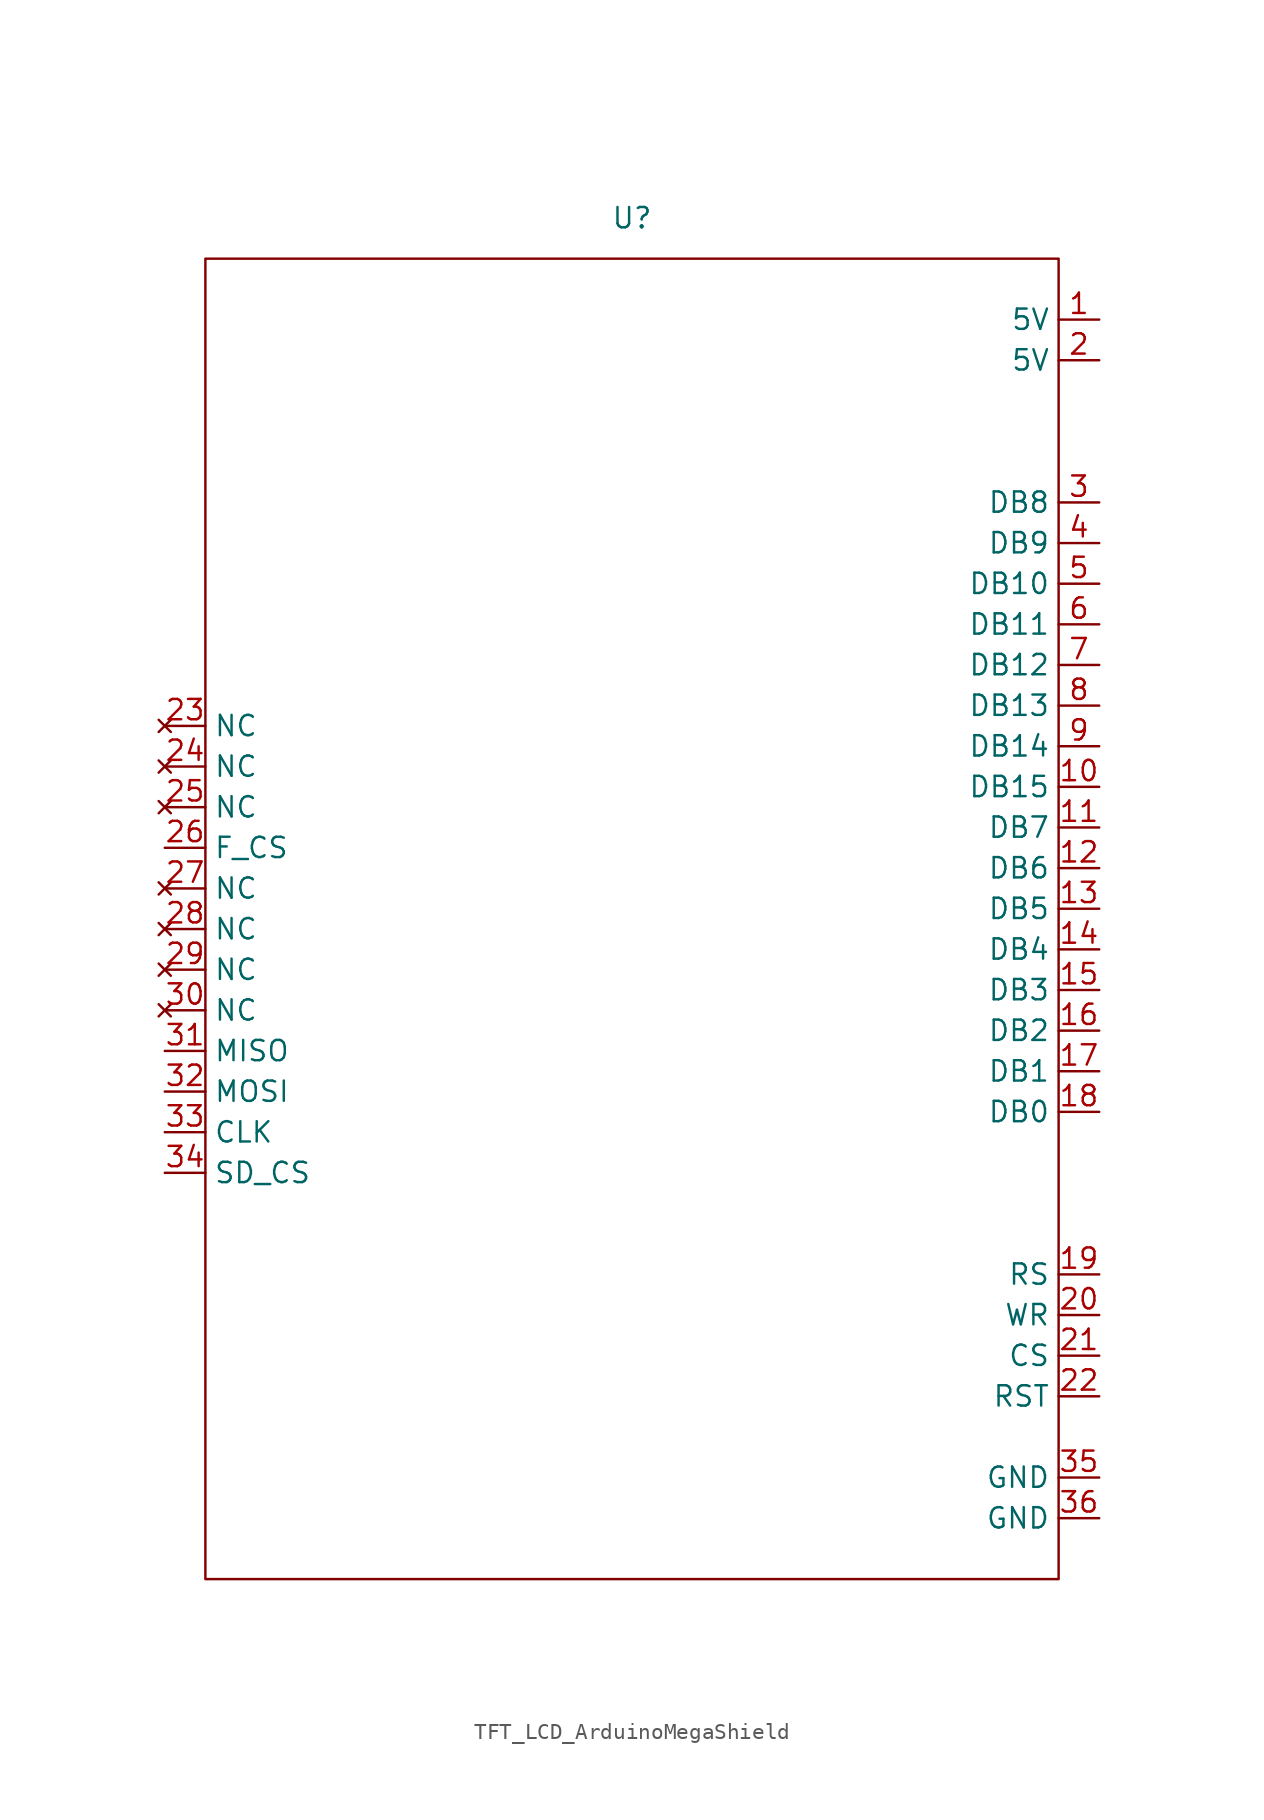
<source format=kicad_sym>
(kicad_symbol_lib
  (version 20231120)
  (generator "kicad_symbol_editor")
  (generator_version "8.0")
  (symbol "TFT_LCD_ArduinoMegaShield"
    (property "Reference" "U"
      (at 0 0 0)
      (effects (font (size 1.27 1.27))))
    (property "Value" ""
      (at 0 0 0)
      (effects (font (size 1.27 1.27))))
    (symbol "TFT_LCD_ArduinoMegaShield_0_1"
      (rectangle (start -26.67 -2.54) (end 26.67 -85.09) (stroke (width 0) (type default)) (fill (type none))))
    (symbol "TFT_LCD_ArduinoMegaShield_1_1"
      (pin power_in line (at 29.21 -6.35 180) (length 2.54) (name "5V" (effects (font (size 1.27 1.27)))) (number "1" (effects (font (size 1.27 1.27)))))
      (pin input line (at 29.21 -35.56 180) (length 2.54) (name "DB15" (effects (font (size 1.27 1.27)))) (number "10" (effects (font (size 1.27 1.27)))))
      (pin input line (at 29.21 -38.1 180) (length 2.54) (name "DB7" (effects (font (size 1.27 1.27)))) (number "11" (effects (font (size 1.27 1.27)))))
      (pin input line (at 29.21 -40.64 180) (length 2.54) (name "DB6" (effects (font (size 1.27 1.27)))) (number "12" (effects (font (size 1.27 1.27)))))
      (pin input line (at 29.21 -43.18 180) (length 2.54) (name "DB5" (effects (font (size 1.27 1.27)))) (number "13" (effects (font (size 1.27 1.27)))))
      (pin input line (at 29.21 -45.72 180) (length 2.54) (name "DB4" (effects (font (size 1.27 1.27)))) (number "14" (effects (font (size 1.27 1.27)))))
      (pin input line (at 29.21 -48.26 180) (length 2.54) (name "DB3" (effects (font (size 1.27 1.27)))) (number "15" (effects (font (size 1.27 1.27)))))
      (pin input line (at 29.21 -50.8 180) (length 2.54) (name "DB2" (effects (font (size 1.27 1.27)))) (number "16" (effects (font (size 1.27 1.27)))))
      (pin input line (at 29.21 -53.34 180) (length 2.54) (name "DB1" (effects (font (size 1.27 1.27)))) (number "17" (effects (font (size 1.27 1.27)))))
      (pin input line (at 29.21 -55.88 180) (length 2.54) (name "DB0" (effects (font (size 1.27 1.27)))) (number "18" (effects (font (size 1.27 1.27)))))
      (pin input line (at 29.21 -66.04 180) (length 2.54) (name "RS" (effects (font (size 1.27 1.27)))) (number "19" (effects (font (size 1.27 1.27)))))
      (pin power_in line (at 29.21 -8.89 180) (length 2.54) (name "5V" (effects (font (size 1.27 1.27)))) (number "2" (effects (font (size 1.27 1.27)))))
      (pin input line (at 29.21 -68.58 180) (length 2.54) (name "WR" (effects (font (size 1.27 1.27)))) (number "20" (effects (font (size 1.27 1.27)))))
      (pin input line (at 29.21 -71.12 180) (length 2.54) (name "CS" (effects (font (size 1.27 1.27)))) (number "21" (effects (font (size 1.27 1.27)))))
      (pin input line (at 29.21 -73.66 180) (length 2.54) (name "RST" (effects (font (size 1.27 1.27)))) (number "22" (effects (font (size 1.27 1.27)))))
      (pin no_connect line (at -29.21 -31.75 0) (length 2.54) (name "NC" (effects (font (size 1.27 1.27)))) (number "23" (effects (font (size 1.27 1.27)))))
      (pin no_connect line (at -29.21 -34.29 0) (length 2.54) (name "NC" (effects (font (size 1.27 1.27)))) (number "24" (effects (font (size 1.27 1.27)))))
      (pin no_connect line (at -29.21 -36.83 0) (length 2.54) (name "NC" (effects (font (size 1.27 1.27)))) (number "25" (effects (font (size 1.27 1.27)))))
      (pin input line (at -29.21 -39.37 0) (length 2.54) (name "F_CS" (effects (font (size 1.27 1.27)))) (number "26" (effects (font (size 1.27 1.27)))))
      (pin no_connect line (at -29.21 -41.91 0) (length 2.54) (name "NC" (effects (font (size 1.27 1.27)))) (number "27" (effects (font (size 1.27 1.27)))))
      (pin no_connect line (at -29.21 -44.45 0) (length 2.54) (name "NC" (effects (font (size 1.27 1.27)))) (number "28" (effects (font (size 1.27 1.27)))))
      (pin no_connect line (at -29.21 -46.99 0) (length 2.54) (name "NC" (effects (font (size 1.27 1.27)))) (number "29" (effects (font (size 1.27 1.27)))))
      (pin input line (at 29.21 -17.78 180) (length 2.54) (name "DB8" (effects (font (size 1.27 1.27)))) (number "3" (effects (font (size 1.27 1.27)))))
      (pin no_connect line (at -29.21 -49.53 0) (length 2.54) (name "NC" (effects (font (size 1.27 1.27)))) (number "30" (effects (font (size 1.27 1.27)))))
      (pin output line (at -29.21 -52.07 0) (length 2.54) (name "MISO" (effects (font (size 1.27 1.27)))) (number "31" (effects (font (size 1.27 1.27)))))
      (pin input line (at -29.21 -54.61 0) (length 2.54) (name "MOSI" (effects (font (size 1.27 1.27)))) (number "32" (effects (font (size 1.27 1.27)))))
      (pin input line (at -29.21 -57.15 0) (length 2.54) (name "CLK" (effects (font (size 1.27 1.27)))) (number "33" (effects (font (size 1.27 1.27)))))
      (pin input line (at -29.21 -59.69 0) (length 2.54) (name "SD_CS" (effects (font (size 1.27 1.27)))) (number "34" (effects (font (size 1.27 1.27)))))
      (pin power_in line (at 29.21 -78.74 180) (length 2.54) (name "GND" (effects (font (size 1.27 1.27)))) (number "35" (effects (font (size 1.27 1.27)))))
      (pin power_in line (at 29.21 -81.28 180) (length 2.54) (name "GND" (effects (font (size 1.27 1.27)))) (number "36" (effects (font (size 1.27 1.27)))))
      (pin input line (at 29.21 -20.32 180) (length 2.54) (name "DB9" (effects (font (size 1.27 1.27)))) (number "4" (effects (font (size 1.27 1.27)))))
      (pin input line (at 29.21 -22.86 180) (length 2.54) (name "DB10" (effects (font (size 1.27 1.27)))) (number "5" (effects (font (size 1.27 1.27)))))
      (pin input line (at 29.21 -25.4 180) (length 2.54) (name "DB11" (effects (font (size 1.27 1.27)))) (number "6" (effects (font (size 1.27 1.27)))))
      (pin input line (at 29.21 -27.94 180) (length 2.54) (name "DB12" (effects (font (size 1.27 1.27)))) (number "7" (effects (font (size 1.27 1.27)))))
      (pin input line (at 29.21 -30.48 180) (length 2.54) (name "DB13" (effects (font (size 1.27 1.27)))) (number "8" (effects (font (size 1.27 1.27)))))
      (pin input line (at 29.21 -33.02 180) (length 2.54) (name "DB14" (effects (font (size 1.27 1.27)))) (number "9" (effects (font (size 1.27 1.27))))))))
</source>
